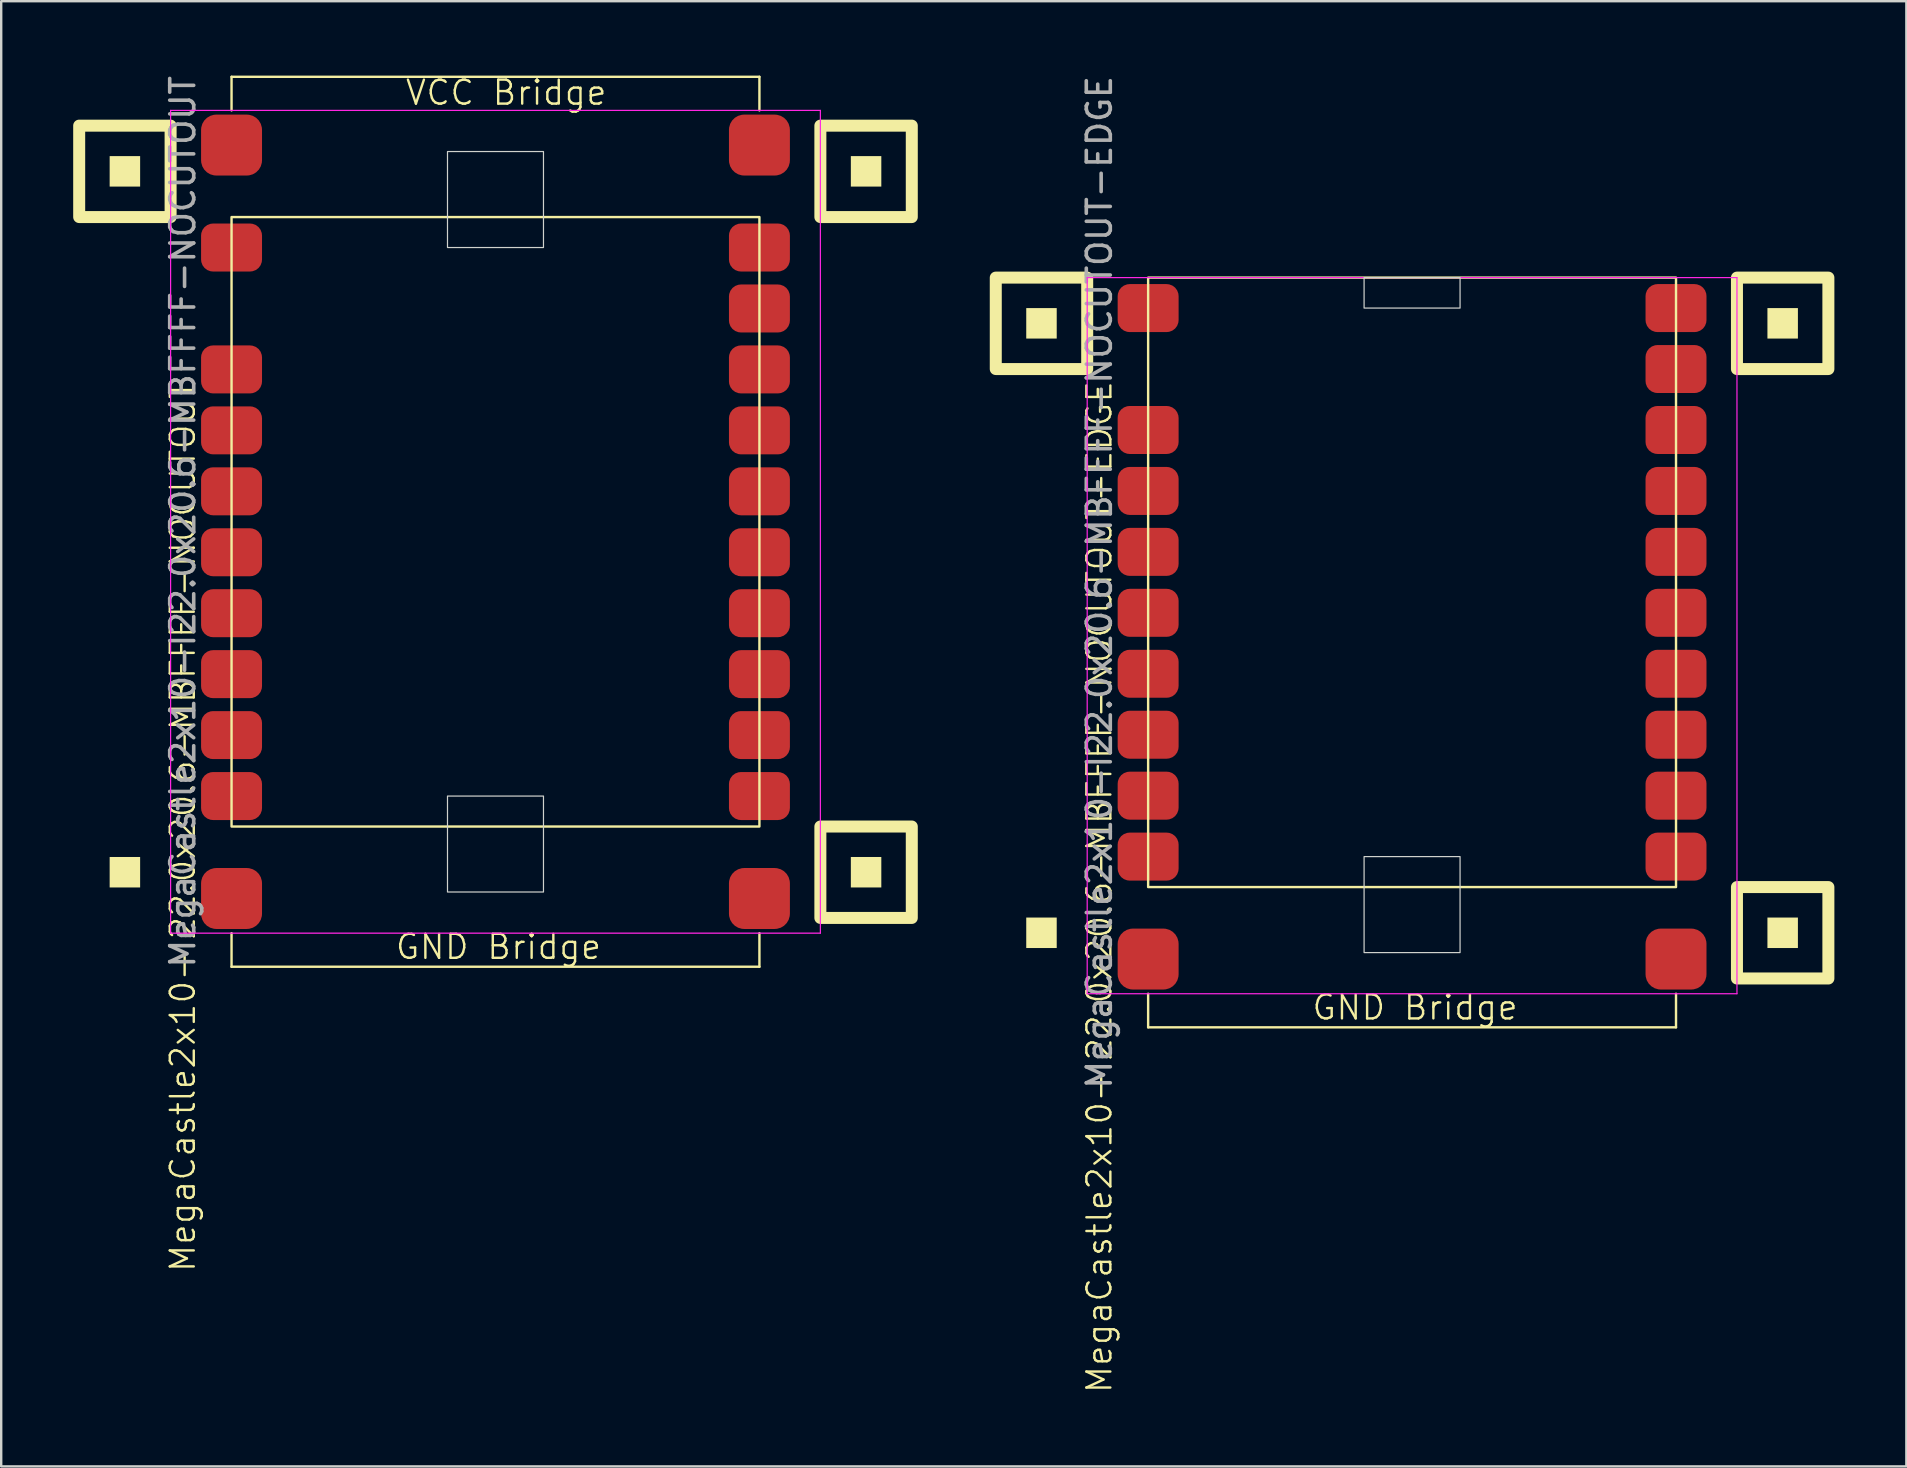
<source format=kicad_pcb>
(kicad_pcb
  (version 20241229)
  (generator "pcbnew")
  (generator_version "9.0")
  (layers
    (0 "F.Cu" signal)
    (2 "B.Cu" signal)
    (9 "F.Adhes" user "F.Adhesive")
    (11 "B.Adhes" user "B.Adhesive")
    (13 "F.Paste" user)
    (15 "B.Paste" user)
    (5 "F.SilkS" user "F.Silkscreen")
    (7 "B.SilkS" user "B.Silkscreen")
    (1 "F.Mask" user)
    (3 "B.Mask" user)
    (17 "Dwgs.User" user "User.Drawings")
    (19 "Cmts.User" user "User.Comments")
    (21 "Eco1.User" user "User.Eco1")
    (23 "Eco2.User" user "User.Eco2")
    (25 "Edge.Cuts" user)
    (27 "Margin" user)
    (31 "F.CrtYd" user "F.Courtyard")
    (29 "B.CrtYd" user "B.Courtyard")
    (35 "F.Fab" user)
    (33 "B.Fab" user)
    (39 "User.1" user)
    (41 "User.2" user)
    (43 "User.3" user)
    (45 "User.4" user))
  (footprint "MegaCastle2x10-I22.0x20.6-MBFFFF-NOCUTOUT"
    (layer "F.Cu")
    (at 17.6 18.696)
    (property "Reference" "MegaCastle2x10-I22.0x20.6-MBFFFF-NOCUTOUT" (at -13.032 12.7 90) (unlocked yes) (layer "F.SilkS") (effects (font (size 1 1) (thickness 0.1))))
    (attr smd)
    (fp_line (start -11 -18.545) (end 11 -18.545) (stroke (width 0.1) (type default)) (layer "F.SilkS"))
    (fp_line (start -11 -17.145) (end -11 -18.545) (stroke (width 0.1) (type default)) (layer "F.SilkS"))
    (fp_line (start -11 17.145) (end -11 18.545) (stroke (width 0.1) (type default)) (layer "F.SilkS"))
    (fp_line (start -11 18.545) (end 11 18.545) (stroke (width 0.1) (type default)) (layer "F.SilkS"))
    (fp_line (start 11 -17.145) (end 11 -18.545) (stroke (width 0.1) (type default)) (layer "F.SilkS"))
    (fp_line (start 11 17.145) (end 11 18.545) (stroke (width 0.1) (type default)) (layer "F.SilkS"))
    (fp_rect (start -14.81 -13.97) (end -16.08 -15.24) (stroke (width 0) (type solid)) (fill yes) (layer "F.SilkS"))
    (fp_rect (start -14.81 15.24) (end -16.08 13.97) (stroke (width 0) (type solid)) (fill yes) (layer "F.SilkS"))
    (fp_rect (start -13.54 -12.7) (end -17.35 -16.51) (stroke (width 0.5) (type default)) (fill no) (layer "F.SilkS"))
    (fp_rect (start -11 -12.7) (end 11 12.7) (stroke (width 0.1) (type default)) (fill no) (layer "F.SilkS"))
    (fp_rect (start 16.08 -13.97) (end 14.81 -15.24) (stroke (width 0) (type solid)) (fill yes) (layer "F.SilkS"))
    (fp_rect (start 16.08 15.24) (end 14.81 13.97) (stroke (width 0) (type solid)) (fill yes) (layer "F.SilkS"))
    (fp_rect (start 17.35 -12.7) (end 13.54 -16.51) (stroke (width 0.5) (type default)) (fill no) (layer "F.SilkS"))
    (fp_rect (start 17.35 16.51) (end 13.54 12.7) (stroke (width 0.5) (type default)) (fill no) (layer "F.SilkS"))
    (fp_rect (start -2 -11.43) (end 2 -15.43) (stroke (width 0.05) (type default)) (fill no) (layer "Edge.Cuts"))
    (fp_rect (start -2 11.43) (end 2 15.43) (stroke (width 0.05) (type default)) (fill no) (layer "Edge.Cuts"))
    (fp_line (start -13.54 -17.145) (end -13.54 17.145) (stroke (width 0.05) (type default)) (layer "F.CrtYd"))
    (fp_line (start -13.54 17.145) (end 13.54 17.145) (stroke (width 0.05) (type default)) (layer "F.CrtYd"))
    (fp_line (start 13.54 -17.145) (end -13.54 -17.145) (stroke (width 0.05) (type default)) (layer "F.CrtYd"))
    (fp_line (start 13.54 -17.145) (end 13.54 17.145) (stroke (width 0.05) (type default)) (layer "F.CrtYd"))
    (fp_text user "GND Bridge" (at -4.226 18.3 0) (unlocked yes) (layer "F.SilkS") (effects (font (size 1 1) (thickness 0.1)) (justify left bottom)))
    (fp_text user "VCC Bridge" (at -3.81 -17.3 0) (unlocked yes) (layer "F.SilkS") (effects (font (size 1 1) (thickness 0.1)) (justify left bottom)))
    (fp_text user "${REFERENCE}" (at -13.032 0 90) (unlocked yes) (layer "F.Fab") (effects (font (size 1 1) (thickness 0.15))))
    (pad "1" smd roundrect (at -11 -11.43) (size 2.54 2) (layers "F.Cu" "F.Mask" "F.Paste") (roundrect_rratio 0.25))
    (pad "3" smd roundrect (at -11 -6.35) (size 2.54 2) (layers "F.Cu" "F.Mask" "F.Paste") (roundrect_rratio 0.25))
    (pad "4" smd roundrect (at -11 -3.81) (size 2.54 2) (layers "F.Cu" "F.Mask" "F.Paste") (roundrect_rratio 0.25))
    (pad "5" smd roundrect (at -11 -1.27) (size 2.54 2) (layers "F.Cu" "F.Mask" "F.Paste") (roundrect_rratio 0.25))
    (pad "6" smd roundrect (at -11 1.27) (size 2.54 2) (layers "F.Cu" "F.Mask" "F.Paste") (roundrect_rratio 0.25))
    (pad "7" smd roundrect (at -11 3.81) (size 2.54 2) (layers "F.Cu" "F.Mask" "F.Paste") (roundrect_rratio 0.25))
    (pad "8" smd roundrect (at -11 6.35) (size 2.54 2) (layers "F.Cu" "F.Mask" "F.Paste") (roundrect_rratio 0.25))
    (pad "9" smd roundrect (at -11 8.89) (size 2.54 2) (layers "F.Cu" "F.Mask" "F.Paste") (roundrect_rratio 0.25))
    (pad "10" smd roundrect (at -11 11.43) (size 2.54 2) (layers "F.Cu" "F.Mask" "F.Paste") (roundrect_rratio 0.25))
    (pad "11" smd roundrect (at 11 -11.43) (size 2.54 2) (layers "F.Cu" "F.Mask" "F.Paste") (roundrect_rratio 0.25))
    (pad "12" smd roundrect (at 11 -8.89) (size 2.54 2) (layers "F.Cu" "F.Mask" "F.Paste") (roundrect_rratio 0.25))
    (pad "13" smd roundrect (at 11 -6.35) (size 2.54 2) (layers "F.Cu" "F.Mask" "F.Paste") (roundrect_rratio 0.25))
    (pad "14" smd roundrect (at 11 -3.81) (size 2.54 2) (layers "F.Cu" "F.Mask" "F.Paste") (roundrect_rratio 0.25))
    (pad "15" smd roundrect (at 11 -1.27) (size 2.54 2) (layers "F.Cu" "F.Mask" "F.Paste") (roundrect_rratio 0.25))
    (pad "16" smd roundrect (at 11 1.27) (size 2.54 2) (layers "F.Cu" "F.Mask" "F.Paste") (roundrect_rratio 0.25))
    (pad "17" smd roundrect (at 11 3.81) (size 2.54 2) (layers "F.Cu" "F.Mask" "F.Paste") (roundrect_rratio 0.25))
    (pad "18" smd roundrect (at 11 6.35) (size 2.54 2) (layers "F.Cu" "F.Mask" "F.Paste") (roundrect_rratio 0.25))
    (pad "19" smd roundrect (at 11 8.89) (size 2.54 2) (layers "F.Cu" "F.Mask" "F.Paste") (roundrect_rratio 0.25))
    (pad "20" smd roundrect (at 11 11.43) (size 2.54 2) (layers "F.Cu" "F.Mask" "F.Paste") (roundrect_rratio 0.25))
    (pad "A1" smd roundrect (at -11 -15.7) (size 2.54 2.54) (layers "F.Cu" "F.Mask" "F.Paste") (roundrect_rratio 0.25))
    (pad "A2" smd roundrect (at 11 -15.7) (size 2.54 2.54) (layers "F.Cu" "F.Mask" "F.Paste") (roundrect_rratio 0.25))
    (pad "B1" smd roundrect (at -11 15.7) (size 2.54 2.54) (layers "F.Cu" "F.Mask" "F.Paste") (roundrect_rratio 0.25))
    (pad "B2" smd roundrect (at 11 15.7) (size 2.54 2.54) (layers "F.Cu" "F.Mask" "F.Paste") (roundrect_rratio 0.25)))
  (footprint "MegaCastle2x10-I22.0x20.6-MBFFFF-NOCUTOUT-EDGE"
    (layer "F.Cu")
    (at 55.8 21.22)
    (property "Reference" "MegaCastle2x10-I22.0x20.6-MBFFFF-NOCUTOUT-EDGE" (at -13.032 12.7 90) (unlocked yes) (layer "F.SilkS") (effects (font (size 1 1) (thickness 0.1))))
    (attr smd)
    (fp_line (start -11 17.145) (end -11 18.545) (stroke (width 0.1) (type default)) (layer "F.SilkS"))
    (fp_line (start -11 18.545) (end 11 18.545) (stroke (width 0.1) (type default)) (layer "F.SilkS"))
    (fp_line (start 11 17.145) (end 11 18.545) (stroke (width 0.1) (type default)) (layer "F.SilkS"))
    (fp_rect (start -14.81 -10.16) (end -16.08 -11.43) (stroke (width 0) (type solid)) (fill yes) (layer "F.SilkS"))
    (fp_rect (start -14.81 15.24) (end -16.08 13.97) (stroke (width 0) (type solid)) (fill yes) (layer "F.SilkS"))
    (fp_rect (start -13.54 -8.89) (end -17.35 -12.7) (stroke (width 0.5) (type default)) (fill no) (layer "F.SilkS"))
    (fp_rect (start -11 -12.7) (end 11 12.7) (stroke (width 0.1) (type default)) (fill no) (layer "F.SilkS"))
    (fp_rect (start 16.08 -10.16) (end 14.81 -11.43) (stroke (width 0) (type solid)) (fill yes) (layer "F.SilkS"))
    (fp_rect (start 16.08 15.24) (end 14.81 13.97) (stroke (width 0) (type solid)) (fill yes) (layer "F.SilkS"))
    (fp_rect (start 17.35 -8.89) (end 13.54 -12.7) (stroke (width 0.5) (type default)) (fill no) (layer "F.SilkS"))
    (fp_rect (start 17.35 16.51) (end 13.54 12.7) (stroke (width 0.5) (type default)) (fill no) (layer "F.SilkS"))
    (fp_rect (start -2 -11.43) (end 2 -12.7) (stroke (width 0.05) (type default)) (fill no) (layer "Edge.Cuts"))
    (fp_rect (start -2 11.43) (end 2 15.43) (stroke (width 0.05) (type default)) (fill no) (layer "Edge.Cuts"))
    (fp_line (start -13.54 -12.7) (end -13.54 17.145) (stroke (width 0.05) (type default)) (layer "F.CrtYd"))
    (fp_line (start -13.54 17.145) (end 13.54 17.145) (stroke (width 0.05) (type default)) (layer "F.CrtYd"))
    (fp_line (start 13.54 -12.7) (end -13.54 -12.7) (stroke (width 0.05) (type default)) (layer "F.CrtYd"))
    (fp_line (start 13.54 -12.7) (end 13.54 17.145) (stroke (width 0.05) (type default)) (layer "F.CrtYd"))
    (fp_text user "GND Bridge" (at -4.226 18.3 0) (unlocked yes) (layer "F.SilkS") (effects (font (size 1 1) (thickness 0.1)) (justify left bottom)))
    (fp_text user "${REFERENCE}" (at -13.032 0 90) (unlocked yes) (layer "F.Fab") (effects (font (size 1 1) (thickness 0.15))))
    (pad "1" smd roundrect (at -11 -11.43) (size 2.54 2) (layers "F.Cu" "F.Mask" "F.Paste") (roundrect_rratio 0.25))
    (pad "3" smd roundrect (at -11 -6.35) (size 2.54 2) (layers "F.Cu" "F.Mask" "F.Paste") (roundrect_rratio 0.25))
    (pad "4" smd roundrect (at -11 -3.81) (size 2.54 2) (layers "F.Cu" "F.Mask" "F.Paste") (roundrect_rratio 0.25))
    (pad "5" smd roundrect (at -11 -1.27) (size 2.54 2) (layers "F.Cu" "F.Mask" "F.Paste") (roundrect_rratio 0.25))
    (pad "6" smd roundrect (at -11 1.27) (size 2.54 2) (layers "F.Cu" "F.Mask" "F.Paste") (roundrect_rratio 0.25))
    (pad "7" smd roundrect (at -11 3.81) (size 2.54 2) (layers "F.Cu" "F.Mask" "F.Paste") (roundrect_rratio 0.25))
    (pad "8" smd roundrect (at -11 6.35) (size 2.54 2) (layers "F.Cu" "F.Mask" "F.Paste") (roundrect_rratio 0.25))
    (pad "9" smd roundrect (at -11 8.89) (size 2.54 2) (layers "F.Cu" "F.Mask" "F.Paste") (roundrect_rratio 0.25))
    (pad "10" smd roundrect (at -11 11.43) (size 2.54 2) (layers "F.Cu" "F.Mask" "F.Paste") (roundrect_rratio 0.25))
    (pad "11" smd roundrect (at 11 -11.43) (size 2.54 2) (layers "F.Cu" "F.Mask" "F.Paste") (roundrect_rratio 0.25))
    (pad "12" smd roundrect (at 11 -8.89) (size 2.54 2) (layers "F.Cu" "F.Mask" "F.Paste") (roundrect_rratio 0.25))
    (pad "13" smd roundrect (at 11 -6.35) (size 2.54 2) (layers "F.Cu" "F.Mask" "F.Paste") (roundrect_rratio 0.25))
    (pad "14" smd roundrect (at 11 -3.81) (size 2.54 2) (layers "F.Cu" "F.Mask" "F.Paste") (roundrect_rratio 0.25))
    (pad "15" smd roundrect (at 11 -1.27) (size 2.54 2) (layers "F.Cu" "F.Mask" "F.Paste") (roundrect_rratio 0.25))
    (pad "16" smd roundrect (at 11 1.27) (size 2.54 2) (layers "F.Cu" "F.Mask" "F.Paste") (roundrect_rratio 0.25))
    (pad "17" smd roundrect (at 11 3.81) (size 2.54 2) (layers "F.Cu" "F.Mask" "F.Paste") (roundrect_rratio 0.25))
    (pad "18" smd roundrect (at 11 6.35) (size 2.54 2) (layers "F.Cu" "F.Mask" "F.Paste") (roundrect_rratio 0.25))
    (pad "19" smd roundrect (at 11 8.89) (size 2.54 2) (layers "F.Cu" "F.Mask" "F.Paste") (roundrect_rratio 0.25))
    (pad "20" smd roundrect (at 11 11.43) (size 2.54 2) (layers "F.Cu" "F.Mask" "F.Paste") (roundrect_rratio 0.25))
    (pad "B1" smd roundrect (at -11 15.7) (size 2.54 2.54) (layers "F.Cu" "F.Mask" "F.Paste") (roundrect_rratio 0.25))
    (pad "B2" smd roundrect (at 11 15.7) (size 2.54 2.54) (layers "F.Cu" "F.Mask" "F.Paste") (roundrect_rratio 0.25)))
  (gr_rect
    (start -3 -3)
    (end 76.4 58.065)
    (stroke (width 0.1) (type default))
    (fill no)
    (layer "Edge.Cuts")))
</source>
